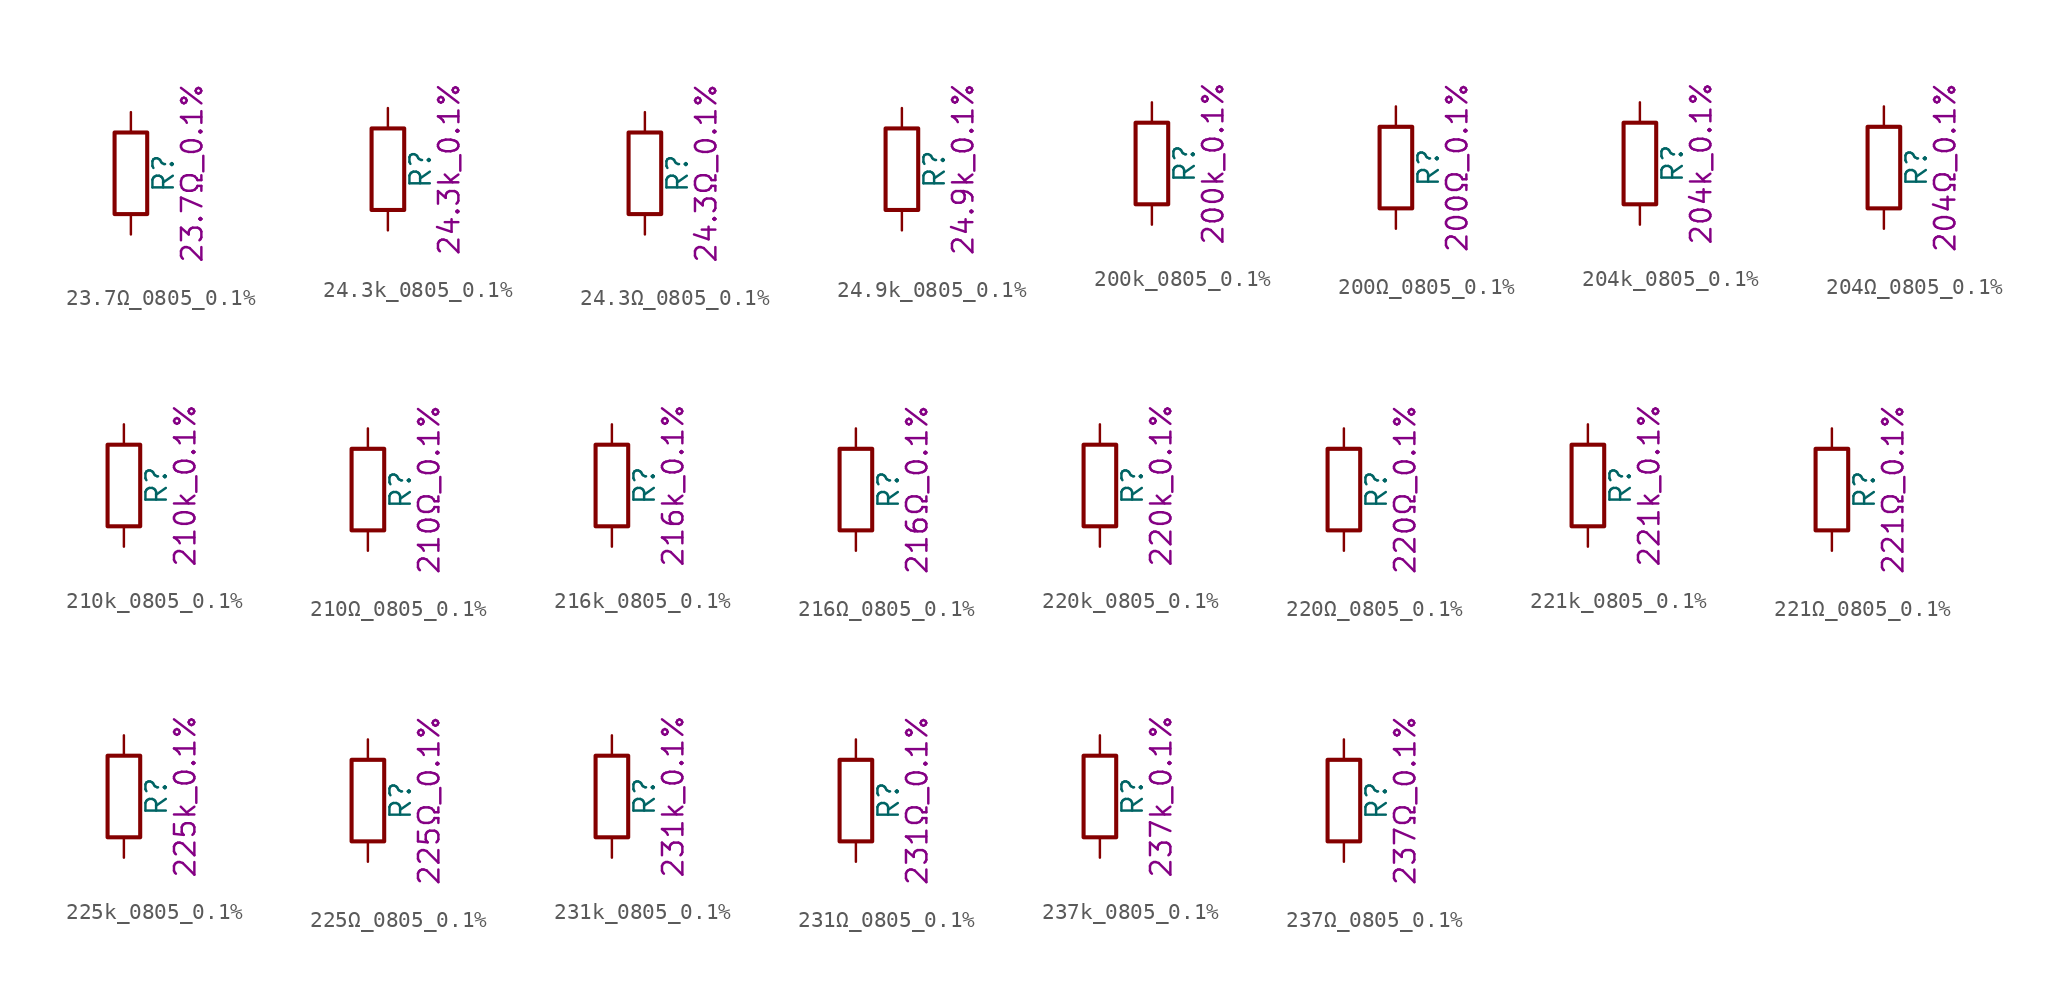
<source format=kicad_sym>
(kicad_symbol_lib
  (version 20211014)
  (generator kicad_symbol_editor)
  (symbol "23.7Ω_0805_0.1%"
    (pin_numbers hide)
    (pin_names
      (offset 0))
    (property "Reference" "R"
      (at 2.032 0 90)
      (effects (font (size 1.27 1.27))))
    (property "Display" "23.7Ω_0.1%"
      (at 3.81 0 90)
      (effects (font (size 1.27 1.27))))
    (symbol "23.7Ω_0805_0.1%_0_1"
      (rectangle (start -1.016 -2.54) (end 1.016 2.54) (stroke (width 0.254) (type default) (color 0 0 0 0)) (fill (type none))))
    (symbol "23.7Ω_0805_0.1%_1_1"
      (pin passive line (at 0 3.81 270) (length 1.27) (name "~" (effects (font (size 1.27 1.27)))) (number "1" (effects (font (size 1.27 1.27)))))
      (pin passive line (at 0 -3.81 90) (length 1.27) (name "~" (effects (font (size 1.27 1.27)))) (number "2" (effects (font (size 1.27 1.27)))))))
  (symbol "24.3k_0805_0.1%"
    (pin_numbers hide)
    (pin_names
      (offset 0))
    (property "Reference" "R"
      (at 2.032 0 90)
      (effects (font (size 1.27 1.27))))
    (property "Display" "24.3k_0.1%"
      (at 3.81 0 90)
      (effects (font (size 1.27 1.27))))
    (symbol "24.3k_0805_0.1%_0_1"
      (rectangle (start -1.016 -2.54) (end 1.016 2.54) (stroke (width 0.254) (type default) (color 0 0 0 0)) (fill (type none))))
    (symbol "24.3k_0805_0.1%_1_1"
      (pin passive line (at 0 3.81 270) (length 1.27) (name "~" (effects (font (size 1.27 1.27)))) (number "1" (effects (font (size 1.27 1.27)))))
      (pin passive line (at 0 -3.81 90) (length 1.27) (name "~" (effects (font (size 1.27 1.27)))) (number "2" (effects (font (size 1.27 1.27)))))))
  (symbol "24.3Ω_0805_0.1%"
    (pin_numbers hide)
    (pin_names
      (offset 0))
    (property "Reference" "R"
      (at 2.032 0 90)
      (effects (font (size 1.27 1.27))))
    (property "Display" "24.3Ω_0.1%"
      (at 3.81 0 90)
      (effects (font (size 1.27 1.27))))
    (symbol "24.3Ω_0805_0.1%_0_1"
      (rectangle (start -1.016 -2.54) (end 1.016 2.54) (stroke (width 0.254) (type default) (color 0 0 0 0)) (fill (type none))))
    (symbol "24.3Ω_0805_0.1%_1_1"
      (pin passive line (at 0 3.81 270) (length 1.27) (name "~" (effects (font (size 1.27 1.27)))) (number "1" (effects (font (size 1.27 1.27)))))
      (pin passive line (at 0 -3.81 90) (length 1.27) (name "~" (effects (font (size 1.27 1.27)))) (number "2" (effects (font (size 1.27 1.27)))))))
  (symbol "24.9k_0805_0.1%"
    (pin_numbers hide)
    (pin_names
      (offset 0))
    (property "Reference" "R"
      (at 2.032 0 90)
      (effects (font (size 1.27 1.27))))
    (property "Display" "24.9k_0.1%"
      (at 3.81 0 90)
      (effects (font (size 1.27 1.27))))
    (symbol "24.9k_0805_0.1%_0_1"
      (rectangle (start -1.016 -2.54) (end 1.016 2.54) (stroke (width 0.254) (type default) (color 0 0 0 0)) (fill (type none))))
    (symbol "24.9k_0805_0.1%_1_1"
      (pin passive line (at 0 3.81 270) (length 1.27) (name "~" (effects (font (size 1.27 1.27)))) (number "1" (effects (font (size 1.27 1.27)))))
      (pin passive line (at 0 -3.81 90) (length 1.27) (name "~" (effects (font (size 1.27 1.27)))) (number "2" (effects (font (size 1.27 1.27)))))))
  (symbol "200k_0805_0.1%"
    (pin_numbers hide)
    (pin_names
      (offset 0))
    (property "Reference" "R"
      (at 2.032 0 90)
      (effects (font (size 1.27 1.27))))
    (property "Display" "200k_0.1%"
      (at 3.81 0 90)
      (effects (font (size 1.27 1.27))))
    (symbol "200k_0805_0.1%_0_1"
      (rectangle (start -1.016 -2.54) (end 1.016 2.54) (stroke (width 0.254) (type default) (color 0 0 0 0)) (fill (type none))))
    (symbol "200k_0805_0.1%_1_1"
      (pin passive line (at 0 3.81 270) (length 1.27) (name "~" (effects (font (size 1.27 1.27)))) (number "1" (effects (font (size 1.27 1.27)))))
      (pin passive line (at 0 -3.81 90) (length 1.27) (name "~" (effects (font (size 1.27 1.27)))) (number "2" (effects (font (size 1.27 1.27)))))))
  (symbol "200Ω_0805_0.1%"
    (pin_numbers hide)
    (pin_names
      (offset 0))
    (property "Reference" "R"
      (at 2.032 0 90)
      (effects (font (size 1.27 1.27))))
    (property "Display" "200Ω_0.1%"
      (at 3.81 0 90)
      (effects (font (size 1.27 1.27))))
    (symbol "200Ω_0805_0.1%_0_1"
      (rectangle (start -1.016 -2.54) (end 1.016 2.54) (stroke (width 0.254) (type default) (color 0 0 0 0)) (fill (type none))))
    (symbol "200Ω_0805_0.1%_1_1"
      (pin passive line (at 0 3.81 270) (length 1.27) (name "~" (effects (font (size 1.27 1.27)))) (number "1" (effects (font (size 1.27 1.27)))))
      (pin passive line (at 0 -3.81 90) (length 1.27) (name "~" (effects (font (size 1.27 1.27)))) (number "2" (effects (font (size 1.27 1.27)))))))
  (symbol "204k_0805_0.1%"
    (pin_numbers hide)
    (pin_names
      (offset 0))
    (property "Reference" "R"
      (at 2.032 0 90)
      (effects (font (size 1.27 1.27))))
    (property "Display" "204k_0.1%"
      (at 3.81 0 90)
      (effects (font (size 1.27 1.27))))
    (symbol "204k_0805_0.1%_0_1"
      (rectangle (start -1.016 -2.54) (end 1.016 2.54) (stroke (width 0.254) (type default) (color 0 0 0 0)) (fill (type none))))
    (symbol "204k_0805_0.1%_1_1"
      (pin passive line (at 0 3.81 270) (length 1.27) (name "~" (effects (font (size 1.27 1.27)))) (number "1" (effects (font (size 1.27 1.27)))))
      (pin passive line (at 0 -3.81 90) (length 1.27) (name "~" (effects (font (size 1.27 1.27)))) (number "2" (effects (font (size 1.27 1.27)))))))
  (symbol "204Ω_0805_0.1%"
    (pin_numbers hide)
    (pin_names
      (offset 0))
    (property "Reference" "R"
      (at 2.032 0 90)
      (effects (font (size 1.27 1.27))))
    (property "Display" "204Ω_0.1%"
      (at 3.81 0 90)
      (effects (font (size 1.27 1.27))))
    (symbol "204Ω_0805_0.1%_0_1"
      (rectangle (start -1.016 -2.54) (end 1.016 2.54) (stroke (width 0.254) (type default) (color 0 0 0 0)) (fill (type none))))
    (symbol "204Ω_0805_0.1%_1_1"
      (pin passive line (at 0 3.81 270) (length 1.27) (name "~" (effects (font (size 1.27 1.27)))) (number "1" (effects (font (size 1.27 1.27)))))
      (pin passive line (at 0 -3.81 90) (length 1.27) (name "~" (effects (font (size 1.27 1.27)))) (number "2" (effects (font (size 1.27 1.27)))))))
  (symbol "210k_0805_0.1%"
    (pin_numbers hide)
    (pin_names
      (offset 0))
    (property "Reference" "R"
      (at 2.032 0 90)
      (effects (font (size 1.27 1.27))))
    (property "Display" "210k_0.1%"
      (at 3.81 0 90)
      (effects (font (size 1.27 1.27))))
    (symbol "210k_0805_0.1%_0_1"
      (rectangle (start -1.016 -2.54) (end 1.016 2.54) (stroke (width 0.254) (type default) (color 0 0 0 0)) (fill (type none))))
    (symbol "210k_0805_0.1%_1_1"
      (pin passive line (at 0 3.81 270) (length 1.27) (name "~" (effects (font (size 1.27 1.27)))) (number "1" (effects (font (size 1.27 1.27)))))
      (pin passive line (at 0 -3.81 90) (length 1.27) (name "~" (effects (font (size 1.27 1.27)))) (number "2" (effects (font (size 1.27 1.27)))))))
  (symbol "210Ω_0805_0.1%"
    (pin_numbers hide)
    (pin_names
      (offset 0))
    (property "Reference" "R"
      (at 2.032 0 90)
      (effects (font (size 1.27 1.27))))
    (property "Display" "210Ω_0.1%"
      (at 3.81 0 90)
      (effects (font (size 1.27 1.27))))
    (symbol "210Ω_0805_0.1%_0_1"
      (rectangle (start -1.016 -2.54) (end 1.016 2.54) (stroke (width 0.254) (type default) (color 0 0 0 0)) (fill (type none))))
    (symbol "210Ω_0805_0.1%_1_1"
      (pin passive line (at 0 3.81 270) (length 1.27) (name "~" (effects (font (size 1.27 1.27)))) (number "1" (effects (font (size 1.27 1.27)))))
      (pin passive line (at 0 -3.81 90) (length 1.27) (name "~" (effects (font (size 1.27 1.27)))) (number "2" (effects (font (size 1.27 1.27)))))))
  (symbol "216k_0805_0.1%"
    (pin_numbers hide)
    (pin_names
      (offset 0))
    (property "Reference" "R"
      (at 2.032 0 90)
      (effects (font (size 1.27 1.27))))
    (property "Display" "216k_0.1%"
      (at 3.81 0 90)
      (effects (font (size 1.27 1.27))))
    (symbol "216k_0805_0.1%_0_1"
      (rectangle (start -1.016 -2.54) (end 1.016 2.54) (stroke (width 0.254) (type default) (color 0 0 0 0)) (fill (type none))))
    (symbol "216k_0805_0.1%_1_1"
      (pin passive line (at 0 3.81 270) (length 1.27) (name "~" (effects (font (size 1.27 1.27)))) (number "1" (effects (font (size 1.27 1.27)))))
      (pin passive line (at 0 -3.81 90) (length 1.27) (name "~" (effects (font (size 1.27 1.27)))) (number "2" (effects (font (size 1.27 1.27)))))))
  (symbol "216Ω_0805_0.1%"
    (pin_numbers hide)
    (pin_names
      (offset 0))
    (property "Reference" "R"
      (at 2.032 0 90)
      (effects (font (size 1.27 1.27))))
    (property "Display" "216Ω_0.1%"
      (at 3.81 0 90)
      (effects (font (size 1.27 1.27))))
    (symbol "216Ω_0805_0.1%_0_1"
      (rectangle (start -1.016 -2.54) (end 1.016 2.54) (stroke (width 0.254) (type default) (color 0 0 0 0)) (fill (type none))))
    (symbol "216Ω_0805_0.1%_1_1"
      (pin passive line (at 0 3.81 270) (length 1.27) (name "~" (effects (font (size 1.27 1.27)))) (number "1" (effects (font (size 1.27 1.27)))))
      (pin passive line (at 0 -3.81 90) (length 1.27) (name "~" (effects (font (size 1.27 1.27)))) (number "2" (effects (font (size 1.27 1.27)))))))
  (symbol "220k_0805_0.1%"
    (pin_numbers hide)
    (pin_names
      (offset 0))
    (property "Reference" "R"
      (at 2.032 0 90)
      (effects (font (size 1.27 1.27))))
    (property "Display" "220k_0.1%"
      (at 3.81 0 90)
      (effects (font (size 1.27 1.27))))
    (symbol "220k_0805_0.1%_0_1"
      (rectangle (start -1.016 -2.54) (end 1.016 2.54) (stroke (width 0.254) (type default) (color 0 0 0 0)) (fill (type none))))
    (symbol "220k_0805_0.1%_1_1"
      (pin passive line (at 0 3.81 270) (length 1.27) (name "~" (effects (font (size 1.27 1.27)))) (number "1" (effects (font (size 1.27 1.27)))))
      (pin passive line (at 0 -3.81 90) (length 1.27) (name "~" (effects (font (size 1.27 1.27)))) (number "2" (effects (font (size 1.27 1.27)))))))
  (symbol "220Ω_0805_0.1%"
    (pin_numbers hide)
    (pin_names
      (offset 0))
    (property "Reference" "R"
      (at 2.032 0 90)
      (effects (font (size 1.27 1.27))))
    (property "Display" "220Ω_0.1%"
      (at 3.81 0 90)
      (effects (font (size 1.27 1.27))))
    (symbol "220Ω_0805_0.1%_0_1"
      (rectangle (start -1.016 -2.54) (end 1.016 2.54) (stroke (width 0.254) (type default) (color 0 0 0 0)) (fill (type none))))
    (symbol "220Ω_0805_0.1%_1_1"
      (pin passive line (at 0 3.81 270) (length 1.27) (name "~" (effects (font (size 1.27 1.27)))) (number "1" (effects (font (size 1.27 1.27)))))
      (pin passive line (at 0 -3.81 90) (length 1.27) (name "~" (effects (font (size 1.27 1.27)))) (number "2" (effects (font (size 1.27 1.27)))))))
  (symbol "221k_0805_0.1%"
    (pin_numbers hide)
    (pin_names
      (offset 0))
    (property "Reference" "R"
      (at 2.032 0 90)
      (effects (font (size 1.27 1.27))))
    (property "Display" "221k_0.1%"
      (at 3.81 0 90)
      (effects (font (size 1.27 1.27))))
    (symbol "221k_0805_0.1%_0_1"
      (rectangle (start -1.016 -2.54) (end 1.016 2.54) (stroke (width 0.254) (type default) (color 0 0 0 0)) (fill (type none))))
    (symbol "221k_0805_0.1%_1_1"
      (pin passive line (at 0 3.81 270) (length 1.27) (name "~" (effects (font (size 1.27 1.27)))) (number "1" (effects (font (size 1.27 1.27)))))
      (pin passive line (at 0 -3.81 90) (length 1.27) (name "~" (effects (font (size 1.27 1.27)))) (number "2" (effects (font (size 1.27 1.27)))))))
  (symbol "221Ω_0805_0.1%"
    (pin_numbers hide)
    (pin_names
      (offset 0))
    (property "Reference" "R"
      (at 2.032 0 90)
      (effects (font (size 1.27 1.27))))
    (property "Display" "221Ω_0.1%"
      (at 3.81 0 90)
      (effects (font (size 1.27 1.27))))
    (symbol "221Ω_0805_0.1%_0_1"
      (rectangle (start -1.016 -2.54) (end 1.016 2.54) (stroke (width 0.254) (type default) (color 0 0 0 0)) (fill (type none))))
    (symbol "221Ω_0805_0.1%_1_1"
      (pin passive line (at 0 3.81 270) (length 1.27) (name "~" (effects (font (size 1.27 1.27)))) (number "1" (effects (font (size 1.27 1.27)))))
      (pin passive line (at 0 -3.81 90) (length 1.27) (name "~" (effects (font (size 1.27 1.27)))) (number "2" (effects (font (size 1.27 1.27)))))))
  (symbol "225k_0805_0.1%"
    (pin_numbers hide)
    (pin_names
      (offset 0))
    (property "Reference" "R"
      (at 2.032 0 90)
      (effects (font (size 1.27 1.27))))
    (property "Display" "225k_0.1%"
      (at 3.81 0 90)
      (effects (font (size 1.27 1.27))))
    (symbol "225k_0805_0.1%_0_1"
      (rectangle (start -1.016 -2.54) (end 1.016 2.54) (stroke (width 0.254) (type default) (color 0 0 0 0)) (fill (type none))))
    (symbol "225k_0805_0.1%_1_1"
      (pin passive line (at 0 3.81 270) (length 1.27) (name "~" (effects (font (size 1.27 1.27)))) (number "1" (effects (font (size 1.27 1.27)))))
      (pin passive line (at 0 -3.81 90) (length 1.27) (name "~" (effects (font (size 1.27 1.27)))) (number "2" (effects (font (size 1.27 1.27)))))))
  (symbol "225Ω_0805_0.1%"
    (pin_numbers hide)
    (pin_names
      (offset 0))
    (property "Reference" "R"
      (at 2.032 0 90)
      (effects (font (size 1.27 1.27))))
    (property "Display" "225Ω_0.1%"
      (at 3.81 0 90)
      (effects (font (size 1.27 1.27))))
    (symbol "225Ω_0805_0.1%_0_1"
      (rectangle (start -1.016 -2.54) (end 1.016 2.54) (stroke (width 0.254) (type default) (color 0 0 0 0)) (fill (type none))))
    (symbol "225Ω_0805_0.1%_1_1"
      (pin passive line (at 0 3.81 270) (length 1.27) (name "~" (effects (font (size 1.27 1.27)))) (number "1" (effects (font (size 1.27 1.27)))))
      (pin passive line (at 0 -3.81 90) (length 1.27) (name "~" (effects (font (size 1.27 1.27)))) (number "2" (effects (font (size 1.27 1.27)))))))
  (symbol "231k_0805_0.1%"
    (pin_numbers hide)
    (pin_names
      (offset 0))
    (property "Reference" "R"
      (at 2.032 0 90)
      (effects (font (size 1.27 1.27))))
    (property "Display" "231k_0.1%"
      (at 3.81 0 90)
      (effects (font (size 1.27 1.27))))
    (symbol "231k_0805_0.1%_0_1"
      (rectangle (start -1.016 -2.54) (end 1.016 2.54) (stroke (width 0.254) (type default) (color 0 0 0 0)) (fill (type none))))
    (symbol "231k_0805_0.1%_1_1"
      (pin passive line (at 0 3.81 270) (length 1.27) (name "~" (effects (font (size 1.27 1.27)))) (number "1" (effects (font (size 1.27 1.27)))))
      (pin passive line (at 0 -3.81 90) (length 1.27) (name "~" (effects (font (size 1.27 1.27)))) (number "2" (effects (font (size 1.27 1.27)))))))
  (symbol "231Ω_0805_0.1%"
    (pin_numbers hide)
    (pin_names
      (offset 0))
    (property "Reference" "R"
      (at 2.032 0 90)
      (effects (font (size 1.27 1.27))))
    (property "Display" "231Ω_0.1%"
      (at 3.81 0 90)
      (effects (font (size 1.27 1.27))))
    (symbol "231Ω_0805_0.1%_0_1"
      (rectangle (start -1.016 -2.54) (end 1.016 2.54) (stroke (width 0.254) (type default) (color 0 0 0 0)) (fill (type none))))
    (symbol "231Ω_0805_0.1%_1_1"
      (pin passive line (at 0 3.81 270) (length 1.27) (name "~" (effects (font (size 1.27 1.27)))) (number "1" (effects (font (size 1.27 1.27)))))
      (pin passive line (at 0 -3.81 90) (length 1.27) (name "~" (effects (font (size 1.27 1.27)))) (number "2" (effects (font (size 1.27 1.27)))))))
  (symbol "237k_0805_0.1%"
    (pin_numbers hide)
    (pin_names
      (offset 0))
    (property "Reference" "R"
      (at 2.032 0 90)
      (effects (font (size 1.27 1.27))))
    (property "Display" "237k_0.1%"
      (at 3.81 0 90)
      (effects (font (size 1.27 1.27))))
    (symbol "237k_0805_0.1%_0_1"
      (rectangle (start -1.016 -2.54) (end 1.016 2.54) (stroke (width 0.254) (type default) (color 0 0 0 0)) (fill (type none))))
    (symbol "237k_0805_0.1%_1_1"
      (pin passive line (at 0 3.81 270) (length 1.27) (name "~" (effects (font (size 1.27 1.27)))) (number "1" (effects (font (size 1.27 1.27)))))
      (pin passive line (at 0 -3.81 90) (length 1.27) (name "~" (effects (font (size 1.27 1.27)))) (number "2" (effects (font (size 1.27 1.27)))))))
  (symbol "237Ω_0805_0.1%"
    (pin_numbers hide)
    (pin_names
      (offset 0))
    (property "Reference" "R"
      (at 2.032 0 90)
      (effects (font (size 1.27 1.27))))
    (property "Display" "237Ω_0.1%"
      (at 3.81 0 90)
      (effects (font (size 1.27 1.27))))
    (symbol "237Ω_0805_0.1%_0_1"
      (rectangle (start -1.016 -2.54) (end 1.016 2.54) (stroke (width 0.254) (type default) (color 0 0 0 0)) (fill (type none))))
    (symbol "237Ω_0805_0.1%_1_1"
      (pin passive line (at 0 3.81 270) (length 1.27) (name "~" (effects (font (size 1.27 1.27)))) (number "1" (effects (font (size 1.27 1.27)))))
      (pin passive line (at 0 -3.81 90) (length 1.27) (name "~" (effects (font (size 1.27 1.27)))) (number "2" (effects (font (size 1.27 1.27))))))))
</source>
